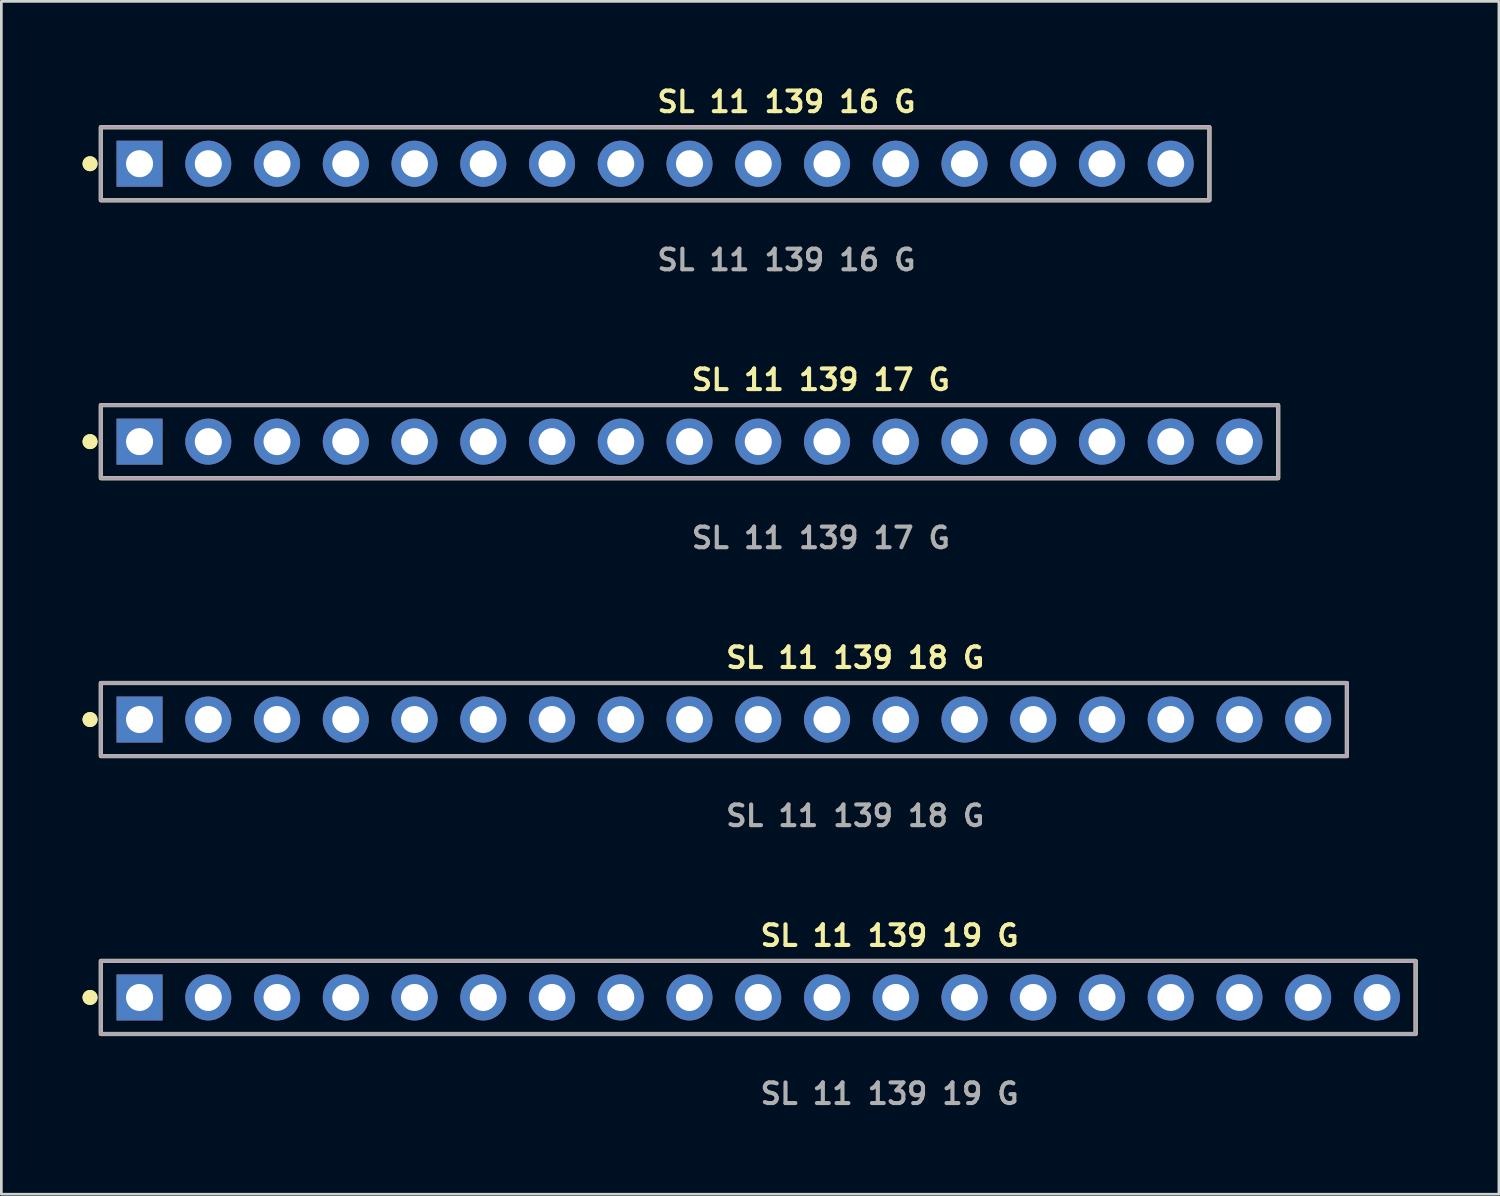
<source format=kicad_pcb>
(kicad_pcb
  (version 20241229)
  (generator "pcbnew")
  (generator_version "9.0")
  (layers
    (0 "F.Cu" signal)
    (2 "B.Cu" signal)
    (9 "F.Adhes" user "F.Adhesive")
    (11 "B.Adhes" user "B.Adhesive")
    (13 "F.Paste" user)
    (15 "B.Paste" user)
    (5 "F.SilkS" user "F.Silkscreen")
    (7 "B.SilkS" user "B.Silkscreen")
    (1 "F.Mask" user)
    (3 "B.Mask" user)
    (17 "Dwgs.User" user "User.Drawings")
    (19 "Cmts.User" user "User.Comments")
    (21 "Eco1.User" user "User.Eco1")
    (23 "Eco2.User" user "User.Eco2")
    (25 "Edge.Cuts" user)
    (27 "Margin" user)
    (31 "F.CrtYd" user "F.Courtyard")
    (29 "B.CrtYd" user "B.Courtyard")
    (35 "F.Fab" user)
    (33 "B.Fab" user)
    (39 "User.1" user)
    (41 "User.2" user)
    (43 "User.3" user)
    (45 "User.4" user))
  (footprint "SL 11 139 16 G"
    (layer "F.Cu")
    (at 21.156 2.999)
    (property "Reference" "SL 11 139 16 G" (at 0 -2.286 0) (unlocked yes) (layer "F.SilkS") (effects (font (size 0.762 0.762) (thickness 0.152)) (justify left)))
    (fp_rect (start -20.48 1.35) (end 20.48 -1.35) (stroke (width 0.152) (type solid)) (fill no) (layer "F.SilkS"))
    (fp_circle (center -20.88 0) (end -21.08 0) (stroke (width 0.152) (type solid)) (fill yes) (layer "F.SilkS"))
    (fp_circle (center -20.88 0) (end -21.08 0) (stroke (width 0.152) (type solid)) (fill yes) (layer "F.SilkS"))
    (fp_rect (start -20.48 1.35) (end 20.48 -1.35) (stroke (width 0.006) (type solid)) (fill no) (layer "F.CrtYd"))
    (fp_rect (start -20.48 1.35) (end 20.48 -1.35) (stroke (width 0.152) (type solid)) (fill no) (layer "F.Fab"))
    (fp_text user "${REFERENCE}" (at 0 3.556 0) (unlocked yes) (layer "F.Fab") (effects (font (size 0.762 0.762) (thickness 0.152)) (justify left)))
    (pad "1" thru_hole rect (at -19.05 0) (size 1.7 1.7) (drill 1) (layers "*.Cu" "*.Mask"))
    (pad "2" thru_hole circle (at -16.51 0) (size 1.7 1.7) (drill 1) (layers "*.Cu" "*.Mask"))
    (pad "3" thru_hole circle (at -13.97 0) (size 1.7 1.7) (drill 1) (layers "*.Cu" "*.Mask"))
    (pad "4" thru_hole circle (at -11.43 0) (size 1.7 1.7) (drill 1) (layers "*.Cu" "*.Mask"))
    (pad "5" thru_hole circle (at -8.89 0) (size 1.7 1.7) (drill 1) (layers "*.Cu" "*.Mask"))
    (pad "6" thru_hole circle (at -6.35 0) (size 1.7 1.7) (drill 1) (layers "*.Cu" "*.Mask"))
    (pad "7" thru_hole circle (at -3.81 0) (size 1.7 1.7) (drill 1) (layers "*.Cu" "*.Mask"))
    (pad "8" thru_hole circle (at -1.27 0) (size 1.7 1.7) (drill 1) (layers "*.Cu" "*.Mask"))
    (pad "9" thru_hole circle (at 1.27 0) (size 1.7 1.7) (drill 1) (layers "*.Cu" "*.Mask"))
    (pad "10" thru_hole circle (at 3.81 0) (size 1.7 1.7) (drill 1) (layers "*.Cu" "*.Mask"))
    (pad "11" thru_hole circle (at 6.35 0) (size 1.7 1.7) (drill 1) (layers "*.Cu" "*.Mask"))
    (pad "12" thru_hole circle (at 8.89 0) (size 1.7 1.7) (drill 1) (layers "*.Cu" "*.Mask"))
    (pad "13" thru_hole circle (at 11.43 0) (size 1.7 1.7) (drill 1) (layers "*.Cu" "*.Mask"))
    (pad "14" thru_hole circle (at 13.97 0) (size 1.7 1.7) (drill 1) (layers "*.Cu" "*.Mask"))
    (pad "15" thru_hole circle (at 16.51 0) (size 1.7 1.7) (drill 1) (layers "*.Cu" "*.Mask"))
    (pad "16" thru_hole circle (at 19.05 0) (size 1.7 1.7) (drill 1) (layers "*.Cu" "*.Mask")))
  (footprint "SL 11 139 18 G"
    (layer "F.Cu")
    (at 23.696 23.536)
    (property "Reference" "SL 11 139 18 G" (at 0 -2.286 0) (unlocked yes) (layer "F.SilkS") (effects (font (size 0.762 0.762) (thickness 0.152)) (justify left)))
    (fp_rect (start -23.02 1.35) (end 23.02 -1.35) (stroke (width 0.152) (type solid)) (fill no) (layer "F.SilkS"))
    (fp_circle (center -23.42 0) (end -23.62 0) (stroke (width 0.152) (type solid)) (fill yes) (layer "F.SilkS"))
    (fp_circle (center -23.42 0) (end -23.62 0) (stroke (width 0.152) (type solid)) (fill yes) (layer "F.SilkS"))
    (fp_rect (start -23.02 1.35) (end 23.02 -1.35) (stroke (width 0.006) (type solid)) (fill no) (layer "F.CrtYd"))
    (fp_rect (start -23.02 1.35) (end 23.02 -1.35) (stroke (width 0.152) (type solid)) (fill no) (layer "F.Fab"))
    (fp_text user "${REFERENCE}" (at 0 3.556 0) (unlocked yes) (layer "F.Fab") (effects (font (size 0.762 0.762) (thickness 0.152)) (justify left)))
    (pad "1" thru_hole rect (at -21.59 0) (size 1.7 1.7) (drill 1) (layers "*.Cu" "*.Mask"))
    (pad "2" thru_hole circle (at -19.05 0) (size 1.7 1.7) (drill 1) (layers "*.Cu" "*.Mask"))
    (pad "3" thru_hole circle (at -16.51 0) (size 1.7 1.7) (drill 1) (layers "*.Cu" "*.Mask"))
    (pad "4" thru_hole circle (at -13.97 0) (size 1.7 1.7) (drill 1) (layers "*.Cu" "*.Mask"))
    (pad "5" thru_hole circle (at -11.43 0) (size 1.7 1.7) (drill 1) (layers "*.Cu" "*.Mask"))
    (pad "6" thru_hole circle (at -8.89 0) (size 1.7 1.7) (drill 1) (layers "*.Cu" "*.Mask"))
    (pad "7" thru_hole circle (at -6.35 0) (size 1.7 1.7) (drill 1) (layers "*.Cu" "*.Mask"))
    (pad "8" thru_hole circle (at -3.81 0) (size 1.7 1.7) (drill 1) (layers "*.Cu" "*.Mask"))
    (pad "9" thru_hole circle (at -1.27 0) (size 1.7 1.7) (drill 1) (layers "*.Cu" "*.Mask"))
    (pad "10" thru_hole circle (at 1.27 0) (size 1.7 1.7) (drill 1) (layers "*.Cu" "*.Mask"))
    (pad "11" thru_hole circle (at 3.81 0) (size 1.7 1.7) (drill 1) (layers "*.Cu" "*.Mask"))
    (pad "12" thru_hole circle (at 6.35 0) (size 1.7 1.7) (drill 1) (layers "*.Cu" "*.Mask"))
    (pad "13" thru_hole circle (at 8.89 0) (size 1.7 1.7) (drill 1) (layers "*.Cu" "*.Mask"))
    (pad "14" thru_hole circle (at 11.43 0) (size 1.7 1.7) (drill 1) (layers "*.Cu" "*.Mask"))
    (pad "15" thru_hole circle (at 13.97 0) (size 1.7 1.7) (drill 1) (layers "*.Cu" "*.Mask"))
    (pad "16" thru_hole circle (at 16.51 0) (size 1.7 1.7) (drill 1) (layers "*.Cu" "*.Mask"))
    (pad "17" thru_hole circle (at 19.05 0) (size 1.7 1.7) (drill 1) (layers "*.Cu" "*.Mask"))
    (pad "18" thru_hole circle (at 21.59 0) (size 1.7 1.7) (drill 1) (layers "*.Cu" "*.Mask")))
  (footprint "SL 11 139 19 G"
    (layer "F.Cu")
    (at 24.966 33.805)
    (property "Reference" "SL 11 139 19 G" (at 0 -2.286 0) (unlocked yes) (layer "F.SilkS") (effects (font (size 0.762 0.762) (thickness 0.152)) (justify left)))
    (fp_rect (start -24.29 1.35) (end 24.29 -1.35) (stroke (width 0.152) (type solid)) (fill no) (layer "F.SilkS"))
    (fp_circle (center -24.69 0) (end -24.89 0) (stroke (width 0.152) (type solid)) (fill yes) (layer "F.SilkS"))
    (fp_circle (center -24.69 0) (end -24.89 0) (stroke (width 0.152) (type solid)) (fill yes) (layer "F.SilkS"))
    (fp_rect (start -24.29 1.35) (end 24.29 -1.35) (stroke (width 0.006) (type solid)) (fill no) (layer "F.CrtYd"))
    (fp_rect (start -24.29 1.35) (end 24.29 -1.35) (stroke (width 0.152) (type solid)) (fill no) (layer "F.Fab"))
    (fp_text user "${REFERENCE}" (at 0 3.556 0) (unlocked yes) (layer "F.Fab") (effects (font (size 0.762 0.762) (thickness 0.152)) (justify left)))
    (pad "1" thru_hole rect (at -22.86 0) (size 1.7 1.7) (drill 1) (layers "*.Cu" "*.Mask"))
    (pad "2" thru_hole circle (at -20.32 0) (size 1.7 1.7) (drill 1) (layers "*.Cu" "*.Mask"))
    (pad "3" thru_hole circle (at -17.78 0) (size 1.7 1.7) (drill 1) (layers "*.Cu" "*.Mask"))
    (pad "4" thru_hole circle (at -15.24 0) (size 1.7 1.7) (drill 1) (layers "*.Cu" "*.Mask"))
    (pad "5" thru_hole circle (at -12.7 0) (size 1.7 1.7) (drill 1) (layers "*.Cu" "*.Mask"))
    (pad "6" thru_hole circle (at -10.16 0) (size 1.7 1.7) (drill 1) (layers "*.Cu" "*.Mask"))
    (pad "7" thru_hole circle (at -7.62 0) (size 1.7 1.7) (drill 1) (layers "*.Cu" "*.Mask"))
    (pad "8" thru_hole circle (at -5.08 0) (size 1.7 1.7) (drill 1) (layers "*.Cu" "*.Mask"))
    (pad "9" thru_hole circle (at -2.54 0) (size 1.7 1.7) (drill 1) (layers "*.Cu" "*.Mask"))
    (pad "10" thru_hole circle (at 0 0) (size 1.7 1.7) (drill 1) (layers "*.Cu" "*.Mask"))
    (pad "11" thru_hole circle (at 2.54 0) (size 1.7 1.7) (drill 1) (layers "*.Cu" "*.Mask"))
    (pad "12" thru_hole circle (at 5.08 0) (size 1.7 1.7) (drill 1) (layers "*.Cu" "*.Mask"))
    (pad "13" thru_hole circle (at 7.62 0) (size 1.7 1.7) (drill 1) (layers "*.Cu" "*.Mask"))
    (pad "14" thru_hole circle (at 10.16 0) (size 1.7 1.7) (drill 1) (layers "*.Cu" "*.Mask"))
    (pad "15" thru_hole circle (at 12.7 0) (size 1.7 1.7) (drill 1) (layers "*.Cu" "*.Mask"))
    (pad "16" thru_hole circle (at 15.24 0) (size 1.7 1.7) (drill 1) (layers "*.Cu" "*.Mask"))
    (pad "17" thru_hole circle (at 17.78 0) (size 1.7 1.7) (drill 1) (layers "*.Cu" "*.Mask"))
    (pad "18" thru_hole circle (at 20.32 0) (size 1.7 1.7) (drill 1) (layers "*.Cu" "*.Mask"))
    (pad "19" thru_hole circle (at 22.86 0) (size 1.7 1.7) (drill 1) (layers "*.Cu" "*.Mask")))
  (footprint "SL 11 139 17 G"
    (layer "F.Cu")
    (at 22.426 13.268)
    (property "Reference" "SL 11 139 17 G" (at 0 -2.286 0) (unlocked yes) (layer "F.SilkS") (effects (font (size 0.762 0.762) (thickness 0.152)) (justify left)))
    (fp_rect (start -21.75 1.35) (end 21.75 -1.35) (stroke (width 0.152) (type solid)) (fill no) (layer "F.SilkS"))
    (fp_circle (center -22.15 0) (end -22.35 0) (stroke (width 0.152) (type solid)) (fill yes) (layer "F.SilkS"))
    (fp_circle (center -22.15 0) (end -22.35 0) (stroke (width 0.152) (type solid)) (fill yes) (layer "F.SilkS"))
    (fp_rect (start -21.75 1.35) (end 21.75 -1.35) (stroke (width 0.006) (type solid)) (fill no) (layer "F.CrtYd"))
    (fp_rect (start -21.75 1.35) (end 21.75 -1.35) (stroke (width 0.152) (type solid)) (fill no) (layer "F.Fab"))
    (fp_text user "${REFERENCE}" (at 0 3.556 0) (unlocked yes) (layer "F.Fab") (effects (font (size 0.762 0.762) (thickness 0.152)) (justify left)))
    (pad "1" thru_hole rect (at -20.32 0) (size 1.7 1.7) (drill 1) (layers "*.Cu" "*.Mask"))
    (pad "2" thru_hole circle (at -17.78 0) (size 1.7 1.7) (drill 1) (layers "*.Cu" "*.Mask"))
    (pad "3" thru_hole circle (at -15.24 0) (size 1.7 1.7) (drill 1) (layers "*.Cu" "*.Mask"))
    (pad "4" thru_hole circle (at -12.7 0) (size 1.7 1.7) (drill 1) (layers "*.Cu" "*.Mask"))
    (pad "5" thru_hole circle (at -10.16 0) (size 1.7 1.7) (drill 1) (layers "*.Cu" "*.Mask"))
    (pad "6" thru_hole circle (at -7.62 0) (size 1.7 1.7) (drill 1) (layers "*.Cu" "*.Mask"))
    (pad "7" thru_hole circle (at -5.08 0) (size 1.7 1.7) (drill 1) (layers "*.Cu" "*.Mask"))
    (pad "8" thru_hole circle (at -2.54 0) (size 1.7 1.7) (drill 1) (layers "*.Cu" "*.Mask"))
    (pad "9" thru_hole circle (at 0 0) (size 1.7 1.7) (drill 1) (layers "*.Cu" "*.Mask"))
    (pad "10" thru_hole circle (at 2.54 0) (size 1.7 1.7) (drill 1) (layers "*.Cu" "*.Mask"))
    (pad "11" thru_hole circle (at 5.08 0) (size 1.7 1.7) (drill 1) (layers "*.Cu" "*.Mask"))
    (pad "12" thru_hole circle (at 7.62 0) (size 1.7 1.7) (drill 1) (layers "*.Cu" "*.Mask"))
    (pad "13" thru_hole circle (at 10.16 0) (size 1.7 1.7) (drill 1) (layers "*.Cu" "*.Mask"))
    (pad "14" thru_hole circle (at 12.7 0) (size 1.7 1.7) (drill 1) (layers "*.Cu" "*.Mask"))
    (pad "15" thru_hole circle (at 15.24 0) (size 1.7 1.7) (drill 1) (layers "*.Cu" "*.Mask"))
    (pad "16" thru_hole circle (at 17.78 0) (size 1.7 1.7) (drill 1) (layers "*.Cu" "*.Mask"))
    (pad "17" thru_hole circle (at 20.32 0) (size 1.7 1.7) (drill 1) (layers "*.Cu" "*.Mask")))
  (gr_rect
    (start -3 -3)
    (end 52.332 41.074)
    (stroke (width 0.1) (type default))
    (fill no)
    (layer "Edge.Cuts")))
</source>
